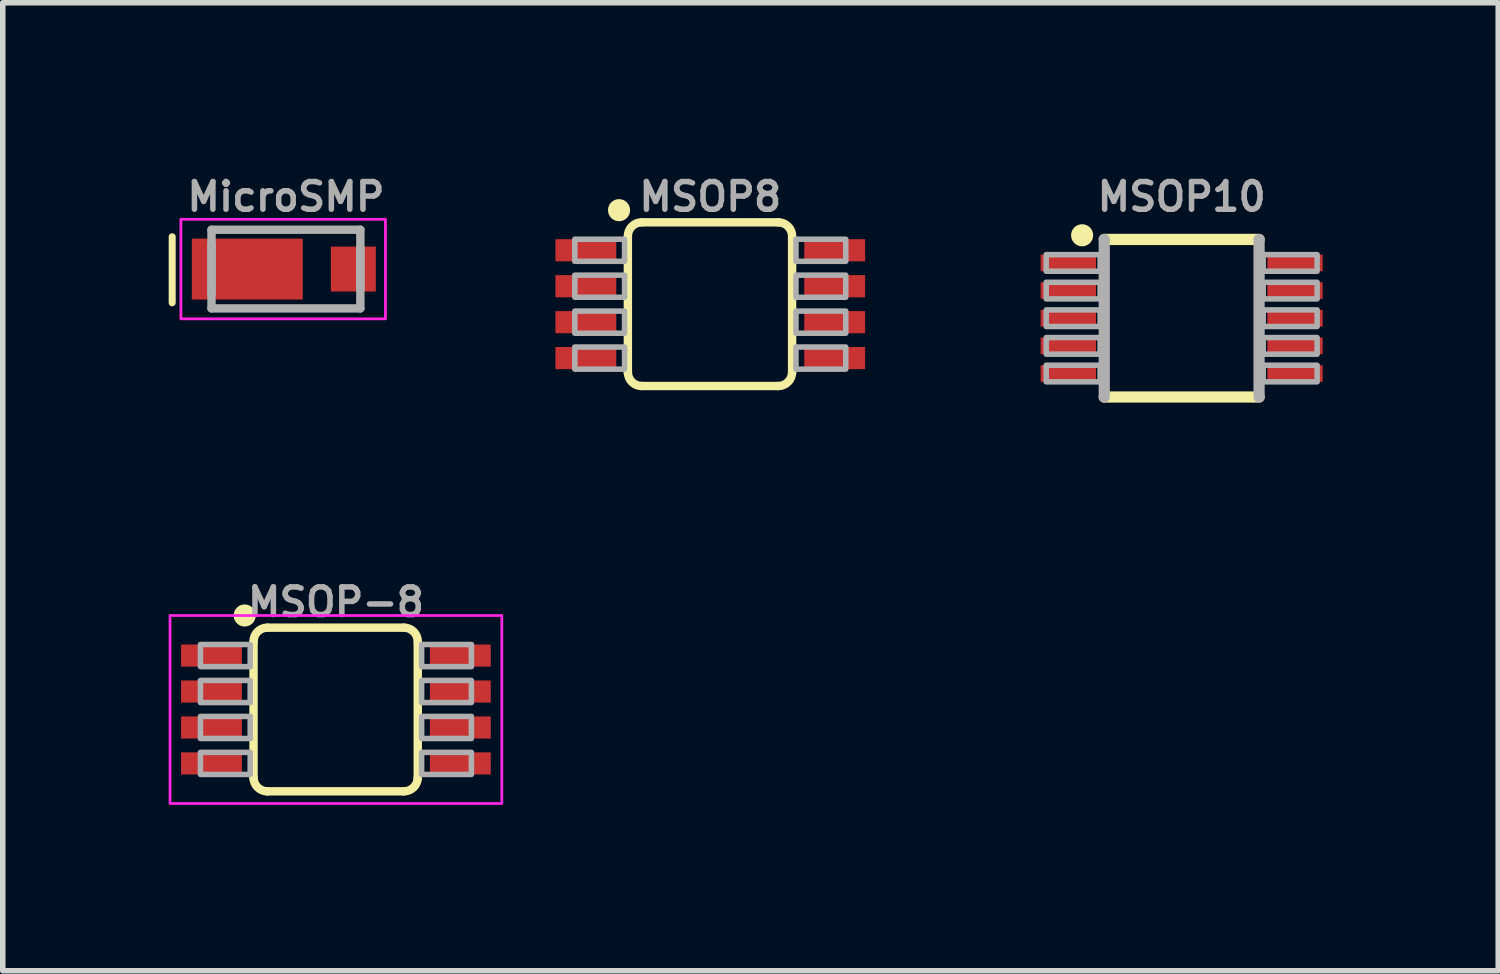
<source format=kicad_pcb>
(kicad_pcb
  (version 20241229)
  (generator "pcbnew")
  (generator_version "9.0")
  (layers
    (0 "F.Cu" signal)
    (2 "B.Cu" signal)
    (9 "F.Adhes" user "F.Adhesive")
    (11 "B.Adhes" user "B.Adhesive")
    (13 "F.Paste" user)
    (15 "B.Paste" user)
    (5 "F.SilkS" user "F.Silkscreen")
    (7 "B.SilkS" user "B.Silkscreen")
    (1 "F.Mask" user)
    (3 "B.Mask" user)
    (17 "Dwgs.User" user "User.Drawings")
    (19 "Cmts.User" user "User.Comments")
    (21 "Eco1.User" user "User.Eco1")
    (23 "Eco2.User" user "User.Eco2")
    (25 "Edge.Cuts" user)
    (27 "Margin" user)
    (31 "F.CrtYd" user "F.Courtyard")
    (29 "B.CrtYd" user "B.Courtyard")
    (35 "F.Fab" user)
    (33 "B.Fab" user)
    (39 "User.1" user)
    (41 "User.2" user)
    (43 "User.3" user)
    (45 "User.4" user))
  (footprint "MSOP-8"
    (layer "F.Cu")
    (at 3.025 9.781)
    (property "Reference" "MSOP-8" (at 0 -1.651 0) (layer "F.Fab") (effects (font (size 0.5 0.5) (thickness 0.1) (bold yes)) (justify bottom)))
    (fp_line (start -1.49 1.24) (end -1.49 -1.22) (stroke (width 0.152) (type solid)) (layer "F.SilkS"))
    (fp_line (start -1.24 1.48) (end 1.23 1.48) (stroke (width 0.152) (type solid)) (layer "F.SilkS"))
    (fp_line (start 1.23 -1.48) (end -1.23 -1.48) (stroke (width 0.152) (type solid)) (layer "F.SilkS"))
    (fp_line (start 1.48 -1.22) (end 1.48 1.24) (stroke (width 0.152) (type solid)) (layer "F.SilkS"))
    (fp_arc (start -1.49 -1.23) (mid -1.416777 -1.406777) (end -1.24 -1.48) (stroke (width 0.1524) (type solid)) (layer "F.SilkS"))
    (fp_arc (start -1.24 1.48) (mid -1.416777 1.406777) (end -1.49 1.23) (stroke (width 0.1524) (type solid)) (layer "F.SilkS"))
    (fp_arc (start 1.23 -1.48) (mid 1.406777 -1.406777) (end 1.48 -1.23) (stroke (width 0.1524) (type solid)) (layer "F.SilkS"))
    (fp_arc (start 1.48 1.23) (mid 1.406777 1.406777) (end 1.23 1.48) (stroke (width 0.1524) (type solid)) (layer "F.SilkS"))
    (fp_circle (center -1.65 -1.7) (end -1.65 -1.6) (stroke (width 0.2) (type solid)) (fill yes) (layer "F.SilkS"))
    (fp_rect (start 3 -1.7) (end -3 1.7) (stroke (width 0.05) (type default)) (fill no) (layer "F.CrtYd"))
    (fp_poly (pts (xy -2.45 -1.175) (xy -2.45 -0.775) (xy -1.55 -0.775) (xy -1.55 -1.175)) (stroke (width 0.1) (type default)) (fill no) (layer "F.Fab"))
    (fp_poly (pts (xy -2.45 -0.525) (xy -2.45 -0.125) (xy -1.55 -0.125) (xy -1.55 -0.525)) (stroke (width 0.1) (type default)) (fill no) (layer "F.Fab"))
    (fp_poly (pts (xy -2.45 0.125) (xy -2.45 0.525) (xy -1.55 0.525) (xy -1.55 0.125)) (stroke (width 0.1) (type default)) (fill no) (layer "F.Fab"))
    (fp_poly (pts (xy -2.45 0.775) (xy -2.45 1.175) (xy -1.55 1.175) (xy -1.55 0.775)) (stroke (width 0.1) (type default)) (fill no) (layer "F.Fab"))
    (fp_poly (pts (xy 1.55 -1.175) (xy 1.55 -0.775) (xy 2.45 -0.775) (xy 2.45 -1.175)) (stroke (width 0.1) (type default)) (fill no) (layer "F.Fab"))
    (fp_poly (pts (xy 1.55 -0.525) (xy 1.55 -0.125) (xy 2.45 -0.125) (xy 2.45 -0.525)) (stroke (width 0.1) (type default)) (fill no) (layer "F.Fab"))
    (fp_poly (pts (xy 1.55 0.125) (xy 1.55 0.525) (xy 2.45 0.525) (xy 2.45 0.125)) (stroke (width 0.1) (type default)) (fill no) (layer "F.Fab"))
    (fp_poly (pts (xy 1.55 0.775) (xy 1.55 1.175) (xy 2.45 1.175) (xy 2.45 0.775)) (stroke (width 0.1) (type default)) (fill no) (layer "F.Fab"))
    (pad "1" smd rect (at -2.25 -0.975 270) (size 0.4 1.1) (layers "F.Cu" "F.Mask" "F.Paste"))
    (pad "2" smd rect (at -2.25 -0.325 270) (size 0.4 1.1) (layers "F.Cu" "F.Mask" "F.Paste"))
    (pad "3" smd rect (at -2.25 0.325 270) (size 0.4 1.1) (layers "F.Cu" "F.Mask" "F.Paste"))
    (pad "4" smd rect (at -2.25 0.975 270) (size 0.4 1.1) (layers "F.Cu" "F.Mask" "F.Paste"))
    (pad "5" smd rect (at 2.25 0.975 270) (size 0.4 1.1) (layers "F.Cu" "F.Mask" "F.Paste"))
    (pad "6" smd rect (at 2.25 0.325 270) (size 0.4 1.1) (layers "F.Cu" "F.Mask" "F.Paste"))
    (pad "7" smd rect (at 2.25 -0.325 270) (size 0.4 1.1) (layers "F.Cu" "F.Mask" "F.Paste"))
    (pad "8" smd rect (at 2.25 -0.975 270) (size 0.4 1.1) (layers "F.Cu" "F.Mask" "F.Paste")))
  (footprint "MSOP8"
    (layer "F.Cu")
    (at 9.795 2.451)
    (property "Reference" "MSOP8" (at 0 -1.651 0) (layer "F.Fab") (effects (font (size 0.5 0.5) (thickness 0.1) (bold yes)) (justify bottom)))
    (fp_line (start -1.49 1.24) (end -1.49 -1.22) (stroke (width 0.152) (type solid)) (layer "F.SilkS"))
    (fp_line (start -1.24 1.48) (end 1.23 1.48) (stroke (width 0.152) (type solid)) (layer "F.SilkS"))
    (fp_line (start 1.23 -1.48) (end -1.23 -1.48) (stroke (width 0.152) (type solid)) (layer "F.SilkS"))
    (fp_line (start 1.48 -1.22) (end 1.48 1.24) (stroke (width 0.152) (type solid)) (layer "F.SilkS"))
    (fp_arc (start -1.49 -1.23) (mid -1.416777 -1.406777) (end -1.24 -1.48) (stroke (width 0.1524) (type solid)) (layer "F.SilkS"))
    (fp_arc (start -1.24 1.48) (mid -1.416777 1.406777) (end -1.49 1.23) (stroke (width 0.1524) (type solid)) (layer "F.SilkS"))
    (fp_arc (start 1.23 -1.48) (mid 1.406777 -1.406777) (end 1.48 -1.23) (stroke (width 0.1524) (type solid)) (layer "F.SilkS"))
    (fp_arc (start 1.48 1.23) (mid 1.406777 1.406777) (end 1.23 1.48) (stroke (width 0.1524) (type solid)) (layer "F.SilkS"))
    (fp_circle (center -1.65 -1.7) (end -1.65 -1.6) (stroke (width 0.2) (type solid)) (fill yes) (layer "F.SilkS"))
    (fp_poly (pts (xy -2.45 -1.175) (xy -2.45 -0.775) (xy -1.55 -0.775) (xy -1.55 -1.175)) (stroke (width 0.1) (type default)) (fill no) (layer "F.Fab"))
    (fp_poly (pts (xy -2.45 -0.525) (xy -2.45 -0.125) (xy -1.55 -0.125) (xy -1.55 -0.525)) (stroke (width 0.1) (type default)) (fill no) (layer "F.Fab"))
    (fp_poly (pts (xy -2.45 0.125) (xy -2.45 0.525) (xy -1.55 0.525) (xy -1.55 0.125)) (stroke (width 0.1) (type default)) (fill no) (layer "F.Fab"))
    (fp_poly (pts (xy -2.45 0.775) (xy -2.45 1.175) (xy -1.55 1.175) (xy -1.55 0.775)) (stroke (width 0.1) (type default)) (fill no) (layer "F.Fab"))
    (fp_poly (pts (xy 1.55 -1.175) (xy 1.55 -0.775) (xy 2.45 -0.775) (xy 2.45 -1.175)) (stroke (width 0.1) (type default)) (fill no) (layer "F.Fab"))
    (fp_poly (pts (xy 1.55 -0.525) (xy 1.55 -0.125) (xy 2.45 -0.125) (xy 2.45 -0.525)) (stroke (width 0.1) (type default)) (fill no) (layer "F.Fab"))
    (fp_poly (pts (xy 1.55 0.125) (xy 1.55 0.525) (xy 2.45 0.525) (xy 2.45 0.125)) (stroke (width 0.1) (type default)) (fill no) (layer "F.Fab"))
    (fp_poly (pts (xy 1.55 0.775) (xy 1.55 1.175) (xy 2.45 1.175) (xy 2.45 0.775)) (stroke (width 0.1) (type default)) (fill no) (layer "F.Fab"))
    (pad "1" smd rect (at -2.25 -0.975 270) (size 0.4 1.1) (layers "F.Cu" "F.Mask" "F.Paste"))
    (pad "2" smd rect (at -2.25 -0.325 270) (size 0.4 1.1) (layers "F.Cu" "F.Mask" "F.Paste"))
    (pad "3" smd rect (at -2.25 0.325 270) (size 0.4 1.1) (layers "F.Cu" "F.Mask" "F.Paste"))
    (pad "4" smd rect (at -2.25 0.975 270) (size 0.4 1.1) (layers "F.Cu" "F.Mask" "F.Paste"))
    (pad "5" smd rect (at 2.25 0.975 270) (size 0.4 1.1) (layers "F.Cu" "F.Mask" "F.Paste"))
    (pad "6" smd rect (at 2.25 0.325 270) (size 0.4 1.1) (layers "F.Cu" "F.Mask" "F.Paste"))
    (pad "7" smd rect (at 2.25 -0.325 270) (size 0.4 1.1) (layers "F.Cu" "F.Mask" "F.Paste"))
    (pad "8" smd rect (at 2.25 -0.975 270) (size 0.4 1.1) (layers "F.Cu" "F.Mask" "F.Paste")))
  (footprint "MicroSMP"
    (layer "F.Cu")
    (at 2.121 1.816)
    (property "Reference" "MicroSMP" (at 0 -1.016 0) (layer "F.Fab") (effects (font (size 0.5 0.5) (thickness 0.1)) (justify bottom)))
    (fp_line (start -2.057 0.61) (end -2.057 -0.584) (stroke (width 0.127) (type solid)) (layer "F.SilkS"))
    (fp_rect (start 1.8 -0.9) (end -1.9 0.9) (stroke (width 0.05) (type default)) (fill no) (layer "F.CrtYd"))
    (fp_line (start -1.346 -0.711) (end -1.346 0.711) (stroke (width 0.152) (type solid)) (layer "F.Fab"))
    (fp_line (start -1.346 -0.457) (end -1.346 0.457) (stroke (width 0.152) (type solid)) (layer "F.Fab"))
    (fp_line (start -1.346 0.711) (end 1.346 0.711) (stroke (width 0.152) (type solid)) (layer "F.Fab"))
    (fp_line (start 1.346 -0.711) (end -1.346 -0.711) (stroke (width 0.152) (type solid)) (layer "F.Fab"))
    (fp_line (start 1.346 0.381) (end 1.346 -0.381) (stroke (width 0.152) (type solid)) (layer "F.Fab"))
    (fp_line (start 1.346 0.711) (end 1.346 -0.711) (stroke (width 0.152) (type solid)) (layer "F.Fab"))
    (pad "A" smd rect (at 1.219 0) (size 0.813 0.813) (layers "F.Cu" "F.Mask" "F.Paste"))
    (pad "C" smd rect (at -0.699 0) (size 2.007 1.102) (layers "F.Cu" "F.Mask" "F.Paste")))
  (footprint "MSOP10"
    (layer "F.Cu")
    (at 18.32 2.705)
    (property "Reference" "MSOP10" (at 0 -1.905 0) (layer "F.Fab") (effects (font (size 0.5 0.5) (thickness 0.1) (bold yes)) (justify bottom)))
    (fp_poly (pts (xy -2.6 -1.2) (xy -2.6 -0.8) (xy -1.5 -0.8) (xy -1.5 -1.2)) (stroke (width 0) (type default)) (fill yes) (layer "F.Mask"))
    (fp_poly (pts (xy -2.6 -0.7) (xy -2.6 -0.3) (xy -1.5 -0.3) (xy -1.5 -0.7)) (stroke (width 0) (type default)) (fill yes) (layer "F.Mask"))
    (fp_poly (pts (xy -2.6 -0.2) (xy -2.6 0.2) (xy -1.5 0.2) (xy -1.5 -0.2)) (stroke (width 0) (type default)) (fill yes) (layer "F.Mask"))
    (fp_poly (pts (xy -2.6 0.3) (xy -2.6 0.7) (xy -1.5 0.7) (xy -1.5 0.3)) (stroke (width 0) (type default)) (fill yes) (layer "F.Mask"))
    (fp_poly (pts (xy -2.6 0.8) (xy -2.6 1.2) (xy -1.5 1.2) (xy -1.5 0.8)) (stroke (width 0) (type default)) (fill yes) (layer "F.Mask"))
    (fp_poly (pts (xy 2.6 -0.8) (xy 2.6 -1.2) (xy 1.5 -1.2) (xy 1.5 -0.8)) (stroke (width 0) (type default)) (fill yes) (layer "F.Mask"))
    (fp_poly (pts (xy 2.6 -0.3) (xy 2.6 -0.7) (xy 1.5 -0.7) (xy 1.5 -0.3)) (stroke (width 0) (type default)) (fill yes) (layer "F.Mask"))
    (fp_poly (pts (xy 2.6 0.2) (xy 2.6 -0.2) (xy 1.5 -0.2) (xy 1.5 0.2)) (stroke (width 0) (type default)) (fill yes) (layer "F.Mask"))
    (fp_poly (pts (xy 2.6 0.7) (xy 2.6 0.3) (xy 1.5 0.3) (xy 1.5 0.7)) (stroke (width 0) (type default)) (fill yes) (layer "F.Mask"))
    (fp_poly (pts (xy 2.6 1.2) (xy 2.6 0.8) (xy 1.5 0.8) (xy 1.5 1.2)) (stroke (width 0) (type default)) (fill yes) (layer "F.Mask"))
    (fp_line (start -1.4 1.425) (end 1.4 1.425) (stroke (width 0.203) (type solid)) (layer "F.SilkS"))
    (fp_line (start 1.4 -1.425) (end -1.4 -1.425) (stroke (width 0.203) (type solid)) (layer "F.SilkS"))
    (fp_circle (center -1.8 -1.5) (end -1.8 -1.4) (stroke (width 0.2) (type solid)) (fill yes) (layer "F.SilkS"))
    (fp_poly (pts (xy -2.5 -1.125) (xy -2.5 -0.875) (xy -1.625 -0.875) (xy -1.625 -1.125)) (stroke (width 0) (type default)) (fill yes) (layer "F.Paste"))
    (fp_poly (pts (xy -2.5 -0.625) (xy -2.5 -0.375) (xy -1.625 -0.375) (xy -1.625 -0.625)) (stroke (width 0) (type default)) (fill yes) (layer "F.Paste"))
    (fp_poly (pts (xy -2.5 -0.125) (xy -2.5 0.125) (xy -1.625 0.125) (xy -1.625 -0.125)) (stroke (width 0) (type default)) (fill yes) (layer "F.Paste"))
    (fp_poly (pts (xy -2.5 0.375) (xy -2.5 0.625) (xy -1.625 0.625) (xy -1.625 0.375)) (stroke (width 0) (type default)) (fill yes) (layer "F.Paste"))
    (fp_poly (pts (xy -2.5 0.875) (xy -2.5 1.125) (xy -1.625 1.125) (xy -1.625 0.875)) (stroke (width 0) (type default)) (fill yes) (layer "F.Paste"))
    (fp_poly (pts (xy 2.5 -0.875) (xy 2.5 -1.125) (xy 1.625 -1.125) (xy 1.625 -0.875)) (stroke (width 0) (type default)) (fill yes) (layer "F.Paste"))
    (fp_poly (pts (xy 2.5 -0.375) (xy 2.5 -0.625) (xy 1.625 -0.625) (xy 1.625 -0.375)) (stroke (width 0) (type default)) (fill yes) (layer "F.Paste"))
    (fp_poly (pts (xy 2.5 0.125) (xy 2.5 -0.125) (xy 1.625 -0.125) (xy 1.625 0.125)) (stroke (width 0) (type default)) (fill yes) (layer "F.Paste"))
    (fp_poly (pts (xy 2.5 0.625) (xy 2.5 0.375) (xy 1.625 0.375) (xy 1.625 0.625)) (stroke (width 0) (type default)) (fill yes) (layer "F.Paste"))
    (fp_poly (pts (xy 2.5 1.125) (xy 2.5 0.875) (xy 1.625 0.875) (xy 1.625 1.125)) (stroke (width 0) (type default)) (fill yes) (layer "F.Paste"))
    (fp_rect (start -2.7 -1.6) (end 2.7 1.6) (stroke (width 0.05) (type default)) (fill no) (layer "Margin"))
    (fp_line (start -1.4 -1.425) (end -1.4 1.425) (stroke (width 0.203) (type solid)) (layer "F.Fab"))
    (fp_line (start 1.4 1.425) (end 1.4 -1.425) (stroke (width 0.203) (type solid)) (layer "F.Fab"))
    (fp_poly (pts (xy -2.45 -1.15) (xy -2.45 -0.85) (xy -1.475 -0.85) (xy -1.475 -1.15)) (stroke (width 0.1) (type default)) (fill no) (layer "F.Fab"))
    (fp_poly (pts (xy -2.45 -0.65) (xy -2.45 -0.35) (xy -1.475 -0.35) (xy -1.475 -0.65)) (stroke (width 0.1) (type default)) (fill no) (layer "F.Fab"))
    (fp_poly (pts (xy -2.45 -0.15) (xy -2.45 0.15) (xy -1.475 0.15) (xy -1.475 -0.15)) (stroke (width 0.1) (type default)) (fill no) (layer "F.Fab"))
    (fp_poly (pts (xy -2.45 0.35) (xy -2.45 0.65) (xy -1.475 0.65) (xy -1.475 0.35)) (stroke (width 0.1) (type default)) (fill no) (layer "F.Fab"))
    (fp_poly (pts (xy -2.45 0.85) (xy -2.45 1.15) (xy -1.475 1.15) (xy -1.475 0.85)) (stroke (width 0.1) (type default)) (fill no) (layer "F.Fab"))
    (fp_poly (pts (xy 2.45 -0.85) (xy 2.45 -1.15) (xy 1.475 -1.15) (xy 1.475 -0.85)) (stroke (width 0.1) (type default)) (fill no) (layer "F.Fab"))
    (fp_poly (pts (xy 2.45 -0.35) (xy 2.45 -0.65) (xy 1.475 -0.65) (xy 1.475 -0.35)) (stroke (width 0.1) (type default)) (fill no) (layer "F.Fab"))
    (fp_poly (pts (xy 2.45 0.15) (xy 2.45 -0.15) (xy 1.475 -0.15) (xy 1.475 0.15)) (stroke (width 0.1) (type default)) (fill no) (layer "F.Fab"))
    (fp_poly (pts (xy 2.45 0.65) (xy 2.45 0.35) (xy 1.475 0.35) (xy 1.475 0.65)) (stroke (width 0.1) (type default)) (fill no) (layer "F.Fab"))
    (fp_poly (pts (xy 2.45 1.15) (xy 2.45 0.85) (xy 1.475 0.85) (xy 1.475 1.15)) (stroke (width 0.1) (type default)) (fill no) (layer "F.Fab"))
    (pad "1" smd rect (at -2.05 -1 270) (size 0.3 1) (layers "F.Cu"))
    (pad "2" smd rect (at -2.05 -0.5 270) (size 0.3 1) (layers "F.Cu"))
    (pad "3" smd rect (at -2.05 0 270) (size 0.3 1) (layers "F.Cu"))
    (pad "4" smd rect (at -2.05 0.5 270) (size 0.3 1) (layers "F.Cu"))
    (pad "5" smd rect (at -2.05 1 270) (size 0.3 1) (layers "F.Cu"))
    (pad "6" smd rect (at 2.05 1 90) (size 0.3 1) (layers "F.Cu"))
    (pad "7" smd rect (at 2.05 0.5 90) (size 0.3 1) (layers "F.Cu"))
    (pad "8" smd rect (at 2.05 0 90) (size 0.3 1) (layers "F.Cu"))
    (pad "9" smd rect (at 2.05 -0.5 90) (size 0.3 1) (layers "F.Cu"))
    (pad "10" smd rect (at 2.05 -1 90) (size 0.3 1) (layers "F.Cu")))
  (gr_rect
    (start -3 -3)
    (end 24.045 14.506)
    (stroke (width 0.1) (type default))
    (fill no)
    (layer "Edge.Cuts")))
</source>
